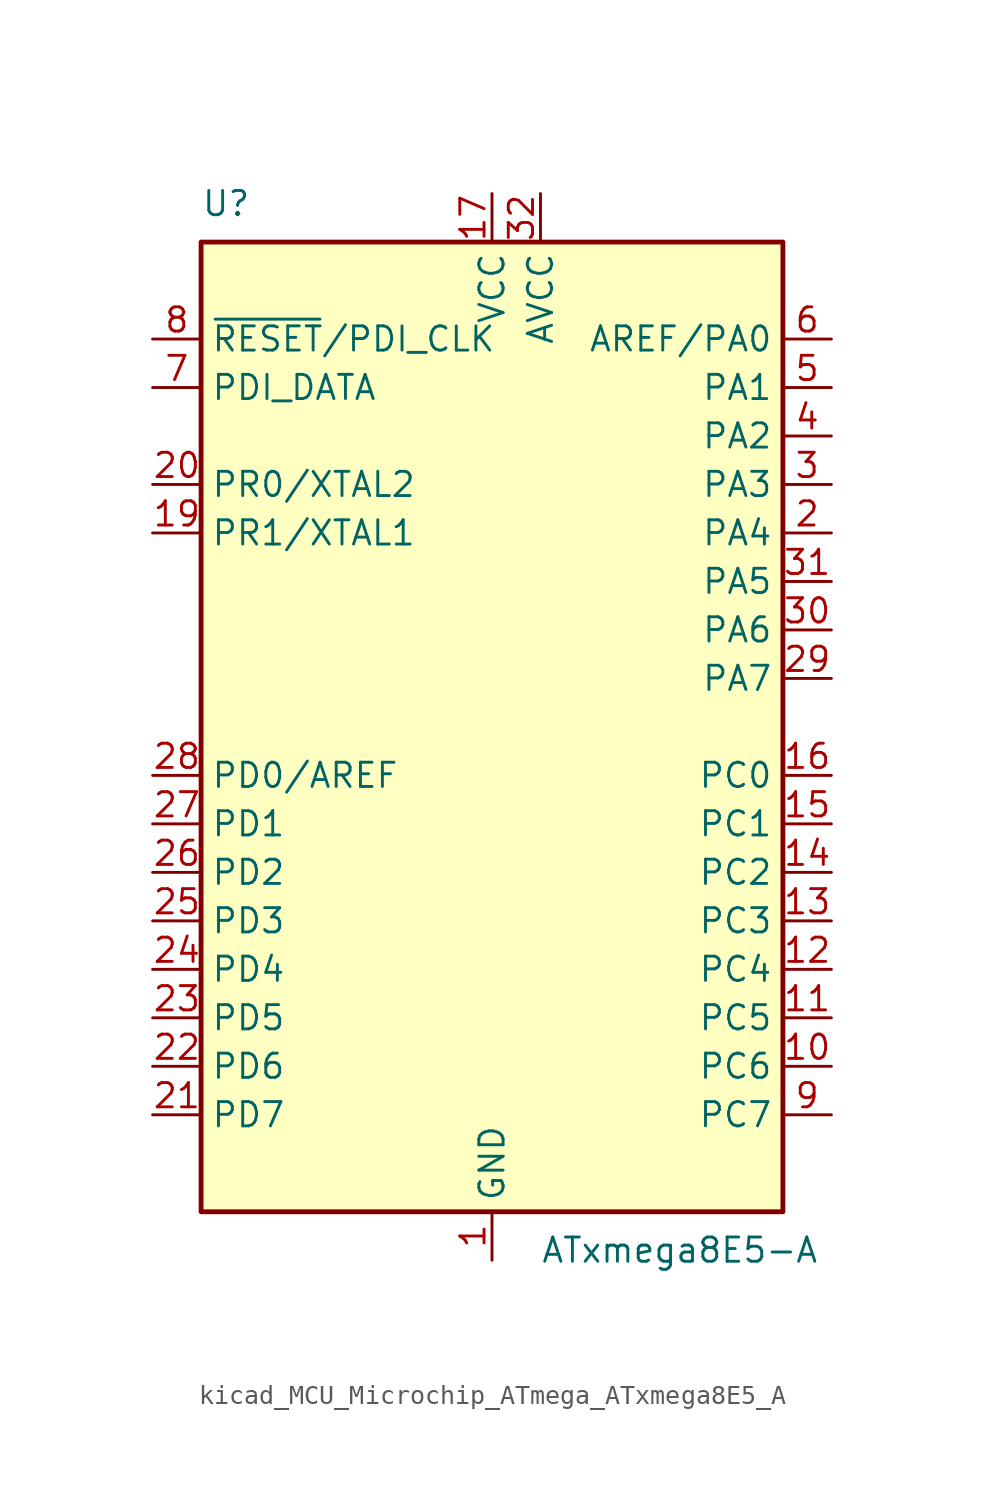
<source format=kicad_sym>
(kicad_symbol_lib
  (version 20220914)
  (generator kicad_symbol_editor)
  (symbol "kicad_MCU_Microchip_ATmega_ATxmega8E5_A"
    (property "Reference" "U"
      (at -15.24 26.67 0)
      (effects (font (size 1.27 1.27)) (justify left bottom)))
    (property "Value" "ATxmega8E5-A"
      (at 2.54 -26.67 0)
      (effects (font (size 1.27 1.27)) (justify left top)))
    (symbol "kicad_MCU_Microchip_ATmega_ATxmega8E5_A_0_1"
      (rectangle (start -15.24 -25.4) (end 15.24 25.4) (stroke (width 0.254) (type default)) (fill (type background))))
    (symbol "kicad_MCU_Microchip_ATmega_ATxmega8E5_A_1_1"
      (pin power_in line (at 0 -27.94 90) (length 2.54) (name "GND" (effects (font (size 1.27 1.27)))) (number "1" (effects (font (size 1.27 1.27)))))
      (pin bidirectional line (at 17.78 -17.78 180) (length 2.54) (name "PC6" (effects (font (size 1.27 1.27)))) (number "10" (effects (font (size 1.27 1.27)))))
      (pin bidirectional line (at 17.78 -15.24 180) (length 2.54) (name "PC5" (effects (font (size 1.27 1.27)))) (number "11" (effects (font (size 1.27 1.27)))))
      (pin bidirectional line (at 17.78 -12.7 180) (length 2.54) (name "PC4" (effects (font (size 1.27 1.27)))) (number "12" (effects (font (size 1.27 1.27)))))
      (pin bidirectional line (at 17.78 -10.16 180) (length 2.54) (name "PC3" (effects (font (size 1.27 1.27)))) (number "13" (effects (font (size 1.27 1.27)))))
      (pin bidirectional line (at 17.78 -7.62 180) (length 2.54) (name "PC2" (effects (font (size 1.27 1.27)))) (number "14" (effects (font (size 1.27 1.27)))))
      (pin bidirectional line (at 17.78 -5.08 180) (length 2.54) (name "PC1" (effects (font (size 1.27 1.27)))) (number "15" (effects (font (size 1.27 1.27)))))
      (pin bidirectional line (at 17.78 -2.54 180) (length 2.54) (name "PC0" (effects (font (size 1.27 1.27)))) (number "16" (effects (font (size 1.27 1.27)))))
      (pin power_in line (at 0 27.94 270) (length 2.54) (name "VCC" (effects (font (size 1.27 1.27)))) (number "17" (effects (font (size 1.27 1.27)))))
      (pin passive line (at 0 -27.94 90) (length 2.54) hide (name "GND" (effects (font (size 1.27 1.27)))) (number "18" (effects (font (size 1.27 1.27)))))
      (pin bidirectional line (at -17.78 10.16 0) (length 2.54) (name "PR1/XTAL1" (effects (font (size 1.27 1.27)))) (number "19" (effects (font (size 1.27 1.27)))))
      (pin bidirectional line (at 17.78 10.16 180) (length 2.54) (name "PA4" (effects (font (size 1.27 1.27)))) (number "2" (effects (font (size 1.27 1.27)))))
      (pin bidirectional line (at -17.78 12.7 0) (length 2.54) (name "PR0/XTAL2" (effects (font (size 1.27 1.27)))) (number "20" (effects (font (size 1.27 1.27)))))
      (pin bidirectional line (at -17.78 -20.32 0) (length 2.54) (name "PD7" (effects (font (size 1.27 1.27)))) (number "21" (effects (font (size 1.27 1.27)))))
      (pin bidirectional line (at -17.78 -17.78 0) (length 2.54) (name "PD6" (effects (font (size 1.27 1.27)))) (number "22" (effects (font (size 1.27 1.27)))))
      (pin bidirectional line (at -17.78 -15.24 0) (length 2.54) (name "PD5" (effects (font (size 1.27 1.27)))) (number "23" (effects (font (size 1.27 1.27)))))
      (pin bidirectional line (at -17.78 -12.7 0) (length 2.54) (name "PD4" (effects (font (size 1.27 1.27)))) (number "24" (effects (font (size 1.27 1.27)))))
      (pin bidirectional line (at -17.78 -10.16 0) (length 2.54) (name "PD3" (effects (font (size 1.27 1.27)))) (number "25" (effects (font (size 1.27 1.27)))))
      (pin bidirectional line (at -17.78 -7.62 0) (length 2.54) (name "PD2" (effects (font (size 1.27 1.27)))) (number "26" (effects (font (size 1.27 1.27)))))
      (pin bidirectional line (at -17.78 -5.08 0) (length 2.54) (name "PD1" (effects (font (size 1.27 1.27)))) (number "27" (effects (font (size 1.27 1.27)))))
      (pin bidirectional line (at -17.78 -2.54 0) (length 2.54) (name "PD0/AREF" (effects (font (size 1.27 1.27)))) (number "28" (effects (font (size 1.27 1.27)))))
      (pin bidirectional line (at 17.78 2.54 180) (length 2.54) (name "PA7" (effects (font (size 1.27 1.27)))) (number "29" (effects (font (size 1.27 1.27)))))
      (pin bidirectional line (at 17.78 12.7 180) (length 2.54) (name "PA3" (effects (font (size 1.27 1.27)))) (number "3" (effects (font (size 1.27 1.27)))))
      (pin bidirectional line (at 17.78 5.08 180) (length 2.54) (name "PA6" (effects (font (size 1.27 1.27)))) (number "30" (effects (font (size 1.27 1.27)))))
      (pin bidirectional line (at 17.78 7.62 180) (length 2.54) (name "PA5" (effects (font (size 1.27 1.27)))) (number "31" (effects (font (size 1.27 1.27)))))
      (pin power_in line (at 2.54 27.94 270) (length 2.54) (name "AVCC" (effects (font (size 1.27 1.27)))) (number "32" (effects (font (size 1.27 1.27)))))
      (pin bidirectional line (at 17.78 15.24 180) (length 2.54) (name "PA2" (effects (font (size 1.27 1.27)))) (number "4" (effects (font (size 1.27 1.27)))))
      (pin bidirectional line (at 17.78 17.78 180) (length 2.54) (name "PA1" (effects (font (size 1.27 1.27)))) (number "5" (effects (font (size 1.27 1.27)))))
      (pin bidirectional line (at 17.78 20.32 180) (length 2.54) (name "AREF/PA0" (effects (font (size 1.27 1.27)))) (number "6" (effects (font (size 1.27 1.27)))))
      (pin bidirectional line (at -17.78 17.78 0) (length 2.54) (name "PDI_DATA" (effects (font (size 1.27 1.27)))) (number "7" (effects (font (size 1.27 1.27)))))
      (pin input line (at -17.78 20.32 0) (length 2.54) (name "~{RESET}/PDI_CLK" (effects (font (size 1.27 1.27)))) (number "8" (effects (font (size 1.27 1.27)))))
      (pin bidirectional line (at 17.78 -20.32 180) (length 2.54) (name "PC7" (effects (font (size 1.27 1.27)))) (number "9" (effects (font (size 1.27 1.27))))))))
</source>
